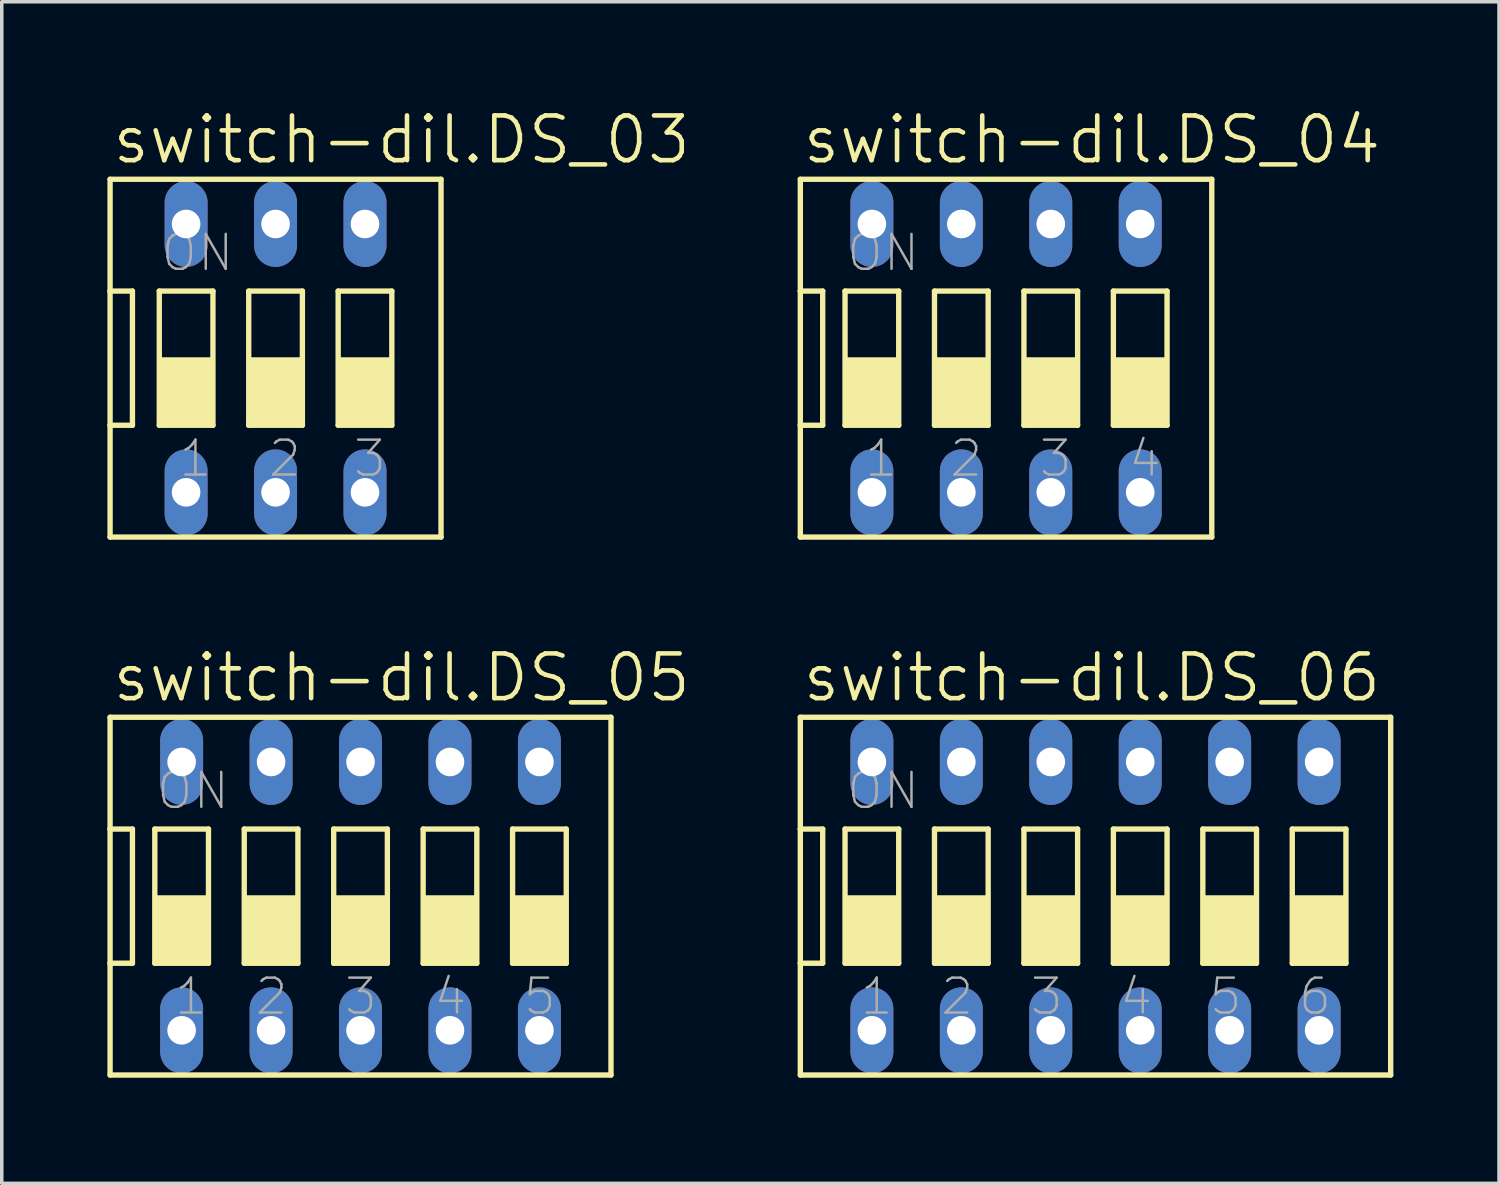
<source format=kicad_pcb>
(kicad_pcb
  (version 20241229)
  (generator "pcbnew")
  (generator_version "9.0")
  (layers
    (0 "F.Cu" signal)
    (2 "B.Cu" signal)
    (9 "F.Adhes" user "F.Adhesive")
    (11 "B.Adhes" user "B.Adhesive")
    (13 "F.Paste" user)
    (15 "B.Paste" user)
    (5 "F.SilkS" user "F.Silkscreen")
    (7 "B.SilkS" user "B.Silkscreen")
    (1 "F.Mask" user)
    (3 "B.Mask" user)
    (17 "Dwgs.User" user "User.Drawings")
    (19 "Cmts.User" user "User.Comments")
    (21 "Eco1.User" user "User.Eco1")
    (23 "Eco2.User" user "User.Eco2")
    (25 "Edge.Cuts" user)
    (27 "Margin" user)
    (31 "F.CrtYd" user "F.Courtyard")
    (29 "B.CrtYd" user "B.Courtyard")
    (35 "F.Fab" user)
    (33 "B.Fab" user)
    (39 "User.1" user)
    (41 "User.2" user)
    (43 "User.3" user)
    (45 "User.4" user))
  (footprint "switch-dil.DS_04"
    (layer "F.Cu")
    (at 25.519 7.121)
    (property "Reference" "switch-dil.DS_04" (at -5.842 -5.461 0) (layer "F.SilkS") (effects (font (size 1.27 1.27) (thickness 0.13)) (justify left bottom)))
    (attr through_hole)
    (fp_line (start -5.842 -5.08) (end -5.842 -1.905) (stroke (width 0.152) (type default)) (layer "F.SilkS"))
    (fp_line (start -5.842 -1.905) (end -5.842 1.905) (stroke (width 0.152) (type default)) (layer "F.SilkS"))
    (fp_line (start -5.842 -1.905) (end -5.207 -1.905) (stroke (width 0.152) (type default)) (layer "F.SilkS"))
    (fp_line (start -5.842 1.905) (end -5.842 5.08) (stroke (width 0.152) (type default)) (layer "F.SilkS"))
    (fp_line (start -5.842 1.905) (end -5.207 1.905) (stroke (width 0.152) (type default)) (layer "F.SilkS"))
    (fp_line (start -5.842 5.08) (end 5.842 5.08) (stroke (width 0.152) (type default)) (layer "F.SilkS"))
    (fp_line (start -5.207 1.905) (end -5.207 -1.905) (stroke (width 0.152) (type default)) (layer "F.SilkS"))
    (fp_line (start -4.572 -1.905) (end -4.572 1.905) (stroke (width 0.152) (type default)) (layer "F.SilkS"))
    (fp_line (start -4.572 -1.905) (end -3.048 -1.905) (stroke (width 0.152) (type default)) (layer "F.SilkS"))
    (fp_line (start -3.048 1.905) (end -4.572 1.905) (stroke (width 0.152) (type default)) (layer "F.SilkS"))
    (fp_line (start -3.048 1.905) (end -3.048 -1.905) (stroke (width 0.152) (type default)) (layer "F.SilkS"))
    (fp_line (start -2.032 -1.905) (end -2.032 1.905) (stroke (width 0.152) (type default)) (layer "F.SilkS"))
    (fp_line (start -2.032 -1.905) (end -0.508 -1.905) (stroke (width 0.152) (type default)) (layer "F.SilkS"))
    (fp_line (start -0.508 1.905) (end -2.032 1.905) (stroke (width 0.152) (type default)) (layer "F.SilkS"))
    (fp_line (start -0.508 1.905) (end -0.508 -1.905) (stroke (width 0.152) (type default)) (layer "F.SilkS"))
    (fp_line (start 0.508 -1.905) (end 0.508 1.905) (stroke (width 0.152) (type default)) (layer "F.SilkS"))
    (fp_line (start 0.508 -1.905) (end 2.032 -1.905) (stroke (width 0.152) (type default)) (layer "F.SilkS"))
    (fp_line (start 2.032 1.905) (end 0.508 1.905) (stroke (width 0.152) (type default)) (layer "F.SilkS"))
    (fp_line (start 2.032 1.905) (end 2.032 -1.905) (stroke (width 0.152) (type default)) (layer "F.SilkS"))
    (fp_line (start 3.048 -1.905) (end 3.048 1.905) (stroke (width 0.152) (type default)) (layer "F.SilkS"))
    (fp_line (start 3.048 -1.905) (end 4.572 -1.905) (stroke (width 0.152) (type default)) (layer "F.SilkS"))
    (fp_line (start 4.572 1.905) (end 3.048 1.905) (stroke (width 0.152) (type default)) (layer "F.SilkS"))
    (fp_line (start 4.572 1.905) (end 4.572 -1.905) (stroke (width 0.152) (type default)) (layer "F.SilkS"))
    (fp_line (start 5.842 -5.08) (end -5.842 -5.08) (stroke (width 0.152) (type default)) (layer "F.SilkS"))
    (fp_line (start 5.842 5.08) (end 5.842 -5.08) (stroke (width 0.152) (type default)) (layer "F.SilkS"))
    (fp_rect (start -4.572 1.905) (end -3.048 0) (stroke (width 0.05) (type default)) (fill yes) (layer "F.SilkS"))
    (fp_rect (start -2.032 1.905) (end -0.508 0) (stroke (width 0.05) (type default)) (fill yes) (layer "F.SilkS"))
    (fp_rect (start 0.508 1.905) (end 2.032 0) (stroke (width 0.05) (type default)) (fill yes) (layer "F.SilkS"))
    (fp_rect (start 3.048 1.905) (end 4.572 0) (stroke (width 0.05) (type default)) (fill yes) (layer "F.SilkS"))
    (fp_text user "2" (at -1.651 3.429 0) (layer "F.Fab") (effects (font (size 0.991 0.991) (thickness 0.07)) (justify left bottom)))
    (fp_text user "4" (at 3.429 3.429 0) (layer "F.Fab") (effects (font (size 0.991 0.991) (thickness 0.07)) (justify left bottom)))
    (fp_text user "ON" (at -4.572 -2.413 0) (layer "F.Fab") (effects (font (size 0.991 0.991) (thickness 0.07)) (justify left bottom)))
    (fp_text user "1" (at -4.064 3.429 0) (layer "F.Fab") (effects (font (size 0.991 0.991) (thickness 0.07)) (justify left bottom)))
    (fp_text user "3" (at 0.889 3.429 0) (layer "F.Fab") (effects (font (size 0.991 0.991) (thickness 0.07)) (justify left bottom)))
    (pad "1" thru_hole oval (at -3.81 3.81 90) (size 2.438 1.219) (drill 0.813) (layers "*.Cu" "*.Mask"))
    (pad "2" thru_hole oval (at -1.27 3.81 90) (size 2.438 1.219) (drill 0.813) (layers "*.Cu" "*.Mask"))
    (pad "3" thru_hole oval (at 1.27 3.81 90) (size 2.438 1.219) (drill 0.813) (layers "*.Cu" "*.Mask"))
    (pad "4" thru_hole oval (at 3.81 3.81 90) (size 2.438 1.219) (drill 0.813) (layers "*.Cu" "*.Mask"))
    (pad "5" thru_hole oval (at 3.81 -3.81 90) (size 2.438 1.219) (drill 0.813) (layers "*.Cu" "*.Mask"))
    (pad "6" thru_hole oval (at 1.27 -3.81 90) (size 2.438 1.219) (drill 0.813) (layers "*.Cu" "*.Mask"))
    (pad "7" thru_hole oval (at -1.27 -3.81 90) (size 2.438 1.219) (drill 0.813) (layers "*.Cu" "*.Mask"))
    (pad "8" thru_hole oval (at -3.81 -3.81 90) (size 2.438 1.219) (drill 0.813) (layers "*.Cu" "*.Mask")))
  (footprint "switch-dil.DS_03"
    (layer "F.Cu")
    (at 4.775 7.121)
    (property "Reference" "switch-dil.DS_03" (at -4.699 -5.461 0) (layer "F.SilkS") (effects (font (size 1.27 1.27) (thickness 0.13)) (justify left bottom)))
    (attr through_hole)
    (fp_line (start -4.699 -5.08) (end -4.699 -1.905) (stroke (width 0.152) (type default)) (layer "F.SilkS"))
    (fp_line (start -4.699 -1.905) (end -4.699 1.905) (stroke (width 0.152) (type default)) (layer "F.SilkS"))
    (fp_line (start -4.699 -1.905) (end -4.064 -1.905) (stroke (width 0.152) (type default)) (layer "F.SilkS"))
    (fp_line (start -4.699 1.905) (end -4.699 5.08) (stroke (width 0.152) (type default)) (layer "F.SilkS"))
    (fp_line (start -4.699 1.905) (end -4.064 1.905) (stroke (width 0.152) (type default)) (layer "F.SilkS"))
    (fp_line (start -4.699 5.08) (end 4.699 5.08) (stroke (width 0.152) (type default)) (layer "F.SilkS"))
    (fp_line (start -4.064 1.905) (end -4.064 -1.905) (stroke (width 0.152) (type default)) (layer "F.SilkS"))
    (fp_line (start -3.302 -1.905) (end -3.302 1.905) (stroke (width 0.152) (type default)) (layer "F.SilkS"))
    (fp_line (start -3.302 -1.905) (end -1.778 -1.905) (stroke (width 0.152) (type default)) (layer "F.SilkS"))
    (fp_line (start -1.778 1.905) (end -3.302 1.905) (stroke (width 0.152) (type default)) (layer "F.SilkS"))
    (fp_line (start -1.778 1.905) (end -1.778 -1.905) (stroke (width 0.152) (type default)) (layer "F.SilkS"))
    (fp_line (start -0.762 -1.905) (end -0.762 1.905) (stroke (width 0.152) (type default)) (layer "F.SilkS"))
    (fp_line (start -0.762 -1.905) (end 0.762 -1.905) (stroke (width 0.152) (type default)) (layer "F.SilkS"))
    (fp_line (start 0.762 1.905) (end -0.762 1.905) (stroke (width 0.152) (type default)) (layer "F.SilkS"))
    (fp_line (start 0.762 1.905) (end 0.762 -1.905) (stroke (width 0.152) (type default)) (layer "F.SilkS"))
    (fp_line (start 1.778 -1.905) (end 1.778 1.905) (stroke (width 0.152) (type default)) (layer "F.SilkS"))
    (fp_line (start 1.778 -1.905) (end 3.302 -1.905) (stroke (width 0.152) (type default)) (layer "F.SilkS"))
    (fp_line (start 3.302 1.905) (end 1.778 1.905) (stroke (width 0.152) (type default)) (layer "F.SilkS"))
    (fp_line (start 3.302 1.905) (end 3.302 -1.905) (stroke (width 0.152) (type default)) (layer "F.SilkS"))
    (fp_line (start 4.699 -5.08) (end -4.699 -5.08) (stroke (width 0.152) (type default)) (layer "F.SilkS"))
    (fp_line (start 4.699 5.08) (end 4.699 -5.08) (stroke (width 0.152) (type default)) (layer "F.SilkS"))
    (fp_rect (start -3.302 1.905) (end -1.778 0) (stroke (width 0.05) (type default)) (fill yes) (layer "F.SilkS"))
    (fp_rect (start -0.762 1.905) (end 0.762 0) (stroke (width 0.05) (type default)) (fill yes) (layer "F.SilkS"))
    (fp_rect (start 1.778 1.905) (end 3.302 0) (stroke (width 0.05) (type default)) (fill yes) (layer "F.SilkS"))
    (fp_text user "3" (at 2.159 3.429 0) (layer "F.Fab") (effects (font (size 0.991 0.991) (thickness 0.07)) (justify left bottom)))
    (fp_text user "1" (at -2.794 3.429 0) (layer "F.Fab") (effects (font (size 0.991 0.991) (thickness 0.07)) (justify left bottom)))
    (fp_text user "ON" (at -3.302 -2.413 0) (layer "F.Fab") (effects (font (size 0.991 0.991) (thickness 0.07)) (justify left bottom)))
    (fp_text user "2" (at -0.254 3.429 0) (layer "F.Fab") (effects (font (size 0.991 0.991) (thickness 0.07)) (justify left bottom)))
    (pad "1" thru_hole oval (at -2.54 3.81 90) (size 2.438 1.219) (drill 0.813) (layers "*.Cu" "*.Mask"))
    (pad "2" thru_hole oval (at 0 3.81 90) (size 2.438 1.219) (drill 0.813) (layers "*.Cu" "*.Mask"))
    (pad "3" thru_hole oval (at 2.54 3.81 90) (size 2.438 1.219) (drill 0.813) (layers "*.Cu" "*.Mask"))
    (pad "4" thru_hole oval (at 2.54 -3.81 90) (size 2.438 1.219) (drill 0.813) (layers "*.Cu" "*.Mask"))
    (pad "5" thru_hole oval (at 0 -3.81 90) (size 2.438 1.219) (drill 0.813) (layers "*.Cu" "*.Mask"))
    (pad "6" thru_hole oval (at -2.54 -3.81 90) (size 2.438 1.219) (drill 0.813) (layers "*.Cu" "*.Mask")))
  (footprint "switch-dil.DS_05"
    (layer "F.Cu")
    (at 7.188 22.398)
    (property "Reference" "switch-dil.DS_05" (at -7.112 -5.461 0) (layer "F.SilkS") (effects (font (size 1.27 1.27) (thickness 0.13)) (justify left bottom)))
    (attr through_hole)
    (fp_line (start -7.112 -5.08) (end -7.112 -1.905) (stroke (width 0.152) (type default)) (layer "F.SilkS"))
    (fp_line (start -7.112 -1.905) (end -7.112 1.905) (stroke (width 0.152) (type default)) (layer "F.SilkS"))
    (fp_line (start -7.112 -1.905) (end -6.477 -1.905) (stroke (width 0.152) (type default)) (layer "F.SilkS"))
    (fp_line (start -7.112 1.905) (end -7.112 5.08) (stroke (width 0.152) (type default)) (layer "F.SilkS"))
    (fp_line (start -7.112 1.905) (end -6.477 1.905) (stroke (width 0.152) (type default)) (layer "F.SilkS"))
    (fp_line (start -7.112 5.08) (end 7.112 5.08) (stroke (width 0.152) (type default)) (layer "F.SilkS"))
    (fp_line (start -6.477 1.905) (end -6.477 -1.905) (stroke (width 0.152) (type default)) (layer "F.SilkS"))
    (fp_line (start -5.842 -1.905) (end -5.842 1.905) (stroke (width 0.152) (type default)) (layer "F.SilkS"))
    (fp_line (start -5.842 -1.905) (end -4.318 -1.905) (stroke (width 0.152) (type default)) (layer "F.SilkS"))
    (fp_line (start -4.318 1.905) (end -5.842 1.905) (stroke (width 0.152) (type default)) (layer "F.SilkS"))
    (fp_line (start -4.318 1.905) (end -4.318 -1.905) (stroke (width 0.152) (type default)) (layer "F.SilkS"))
    (fp_line (start -3.302 -1.905) (end -3.302 1.905) (stroke (width 0.152) (type default)) (layer "F.SilkS"))
    (fp_line (start -3.302 -1.905) (end -1.778 -1.905) (stroke (width 0.152) (type default)) (layer "F.SilkS"))
    (fp_line (start -1.778 1.905) (end -3.302 1.905) (stroke (width 0.152) (type default)) (layer "F.SilkS"))
    (fp_line (start -1.778 1.905) (end -1.778 -1.905) (stroke (width 0.152) (type default)) (layer "F.SilkS"))
    (fp_line (start -0.762 -1.905) (end -0.762 1.905) (stroke (width 0.152) (type default)) (layer "F.SilkS"))
    (fp_line (start -0.762 -1.905) (end 0.762 -1.905) (stroke (width 0.152) (type default)) (layer "F.SilkS"))
    (fp_line (start 0.762 1.905) (end -0.762 1.905) (stroke (width 0.152) (type default)) (layer "F.SilkS"))
    (fp_line (start 0.762 1.905) (end 0.762 -1.905) (stroke (width 0.152) (type default)) (layer "F.SilkS"))
    (fp_line (start 1.778 -1.905) (end 1.778 1.905) (stroke (width 0.152) (type default)) (layer "F.SilkS"))
    (fp_line (start 1.778 -1.905) (end 3.302 -1.905) (stroke (width 0.152) (type default)) (layer "F.SilkS"))
    (fp_line (start 3.302 1.905) (end 1.778 1.905) (stroke (width 0.152) (type default)) (layer "F.SilkS"))
    (fp_line (start 3.302 1.905) (end 3.302 -1.905) (stroke (width 0.152) (type default)) (layer "F.SilkS"))
    (fp_line (start 4.318 -1.905) (end 4.318 1.905) (stroke (width 0.152) (type default)) (layer "F.SilkS"))
    (fp_line (start 4.318 -1.905) (end 5.842 -1.905) (stroke (width 0.152) (type default)) (layer "F.SilkS"))
    (fp_line (start 5.842 1.905) (end 4.318 1.905) (stroke (width 0.152) (type default)) (layer "F.SilkS"))
    (fp_line (start 5.842 1.905) (end 5.842 -1.905) (stroke (width 0.152) (type default)) (layer "F.SilkS"))
    (fp_line (start 7.112 -5.08) (end -7.112 -5.08) (stroke (width 0.152) (type default)) (layer "F.SilkS"))
    (fp_line (start 7.112 5.08) (end 7.112 -5.08) (stroke (width 0.152) (type default)) (layer "F.SilkS"))
    (fp_rect (start -5.842 1.905) (end -4.318 0) (stroke (width 0.05) (type default)) (fill yes) (layer "F.SilkS"))
    (fp_rect (start -3.302 1.905) (end -1.778 0) (stroke (width 0.05) (type default)) (fill yes) (layer "F.SilkS"))
    (fp_rect (start -0.762 1.905) (end 0.762 0) (stroke (width 0.05) (type default)) (fill yes) (layer "F.SilkS"))
    (fp_rect (start 1.778 1.905) (end 3.302 0) (stroke (width 0.05) (type default)) (fill yes) (layer "F.SilkS"))
    (fp_rect (start 4.318 1.905) (end 5.842 0) (stroke (width 0.05) (type default)) (fill yes) (layer "F.SilkS"))
    (fp_text user "2" (at -3.048 3.429 0) (layer "F.Fab") (effects (font (size 0.991 0.991) (thickness 0.07)) (justify left bottom)))
    (fp_text user "4" (at 2.032 3.429 0) (layer "F.Fab") (effects (font (size 0.991 0.991) (thickness 0.07)) (justify left bottom)))
    (fp_text user "3" (at -0.508 3.429 0) (layer "F.Fab") (effects (font (size 0.991 0.991) (thickness 0.07)) (justify left bottom)))
    (fp_text user "1" (at -5.334 3.429 0) (layer "F.Fab") (effects (font (size 0.991 0.991) (thickness 0.07)) (justify left bottom)))
    (fp_text user "5" (at 4.572 3.429 0) (layer "F.Fab") (effects (font (size 0.991 0.991) (thickness 0.07)) (justify left bottom)))
    (fp_text user "ON" (at -5.842 -2.413 0) (layer "F.Fab") (effects (font (size 0.991 0.991) (thickness 0.07)) (justify left bottom)))
    (pad "1" thru_hole oval (at -5.08 3.81 90) (size 2.438 1.219) (drill 0.813) (layers "*.Cu" "*.Mask"))
    (pad "2" thru_hole oval (at -2.54 3.81 90) (size 2.438 1.219) (drill 0.813) (layers "*.Cu" "*.Mask"))
    (pad "3" thru_hole oval (at 0 3.81 90) (size 2.438 1.219) (drill 0.813) (layers "*.Cu" "*.Mask"))
    (pad "4" thru_hole oval (at 2.54 3.81 90) (size 2.438 1.219) (drill 0.813) (layers "*.Cu" "*.Mask"))
    (pad "5" thru_hole oval (at 5.08 3.81 90) (size 2.438 1.219) (drill 0.813) (layers "*.Cu" "*.Mask"))
    (pad "6" thru_hole oval (at 5.08 -3.81 90) (size 2.438 1.219) (drill 0.813) (layers "*.Cu" "*.Mask"))
    (pad "7" thru_hole oval (at 2.54 -3.81 90) (size 2.438 1.219) (drill 0.813) (layers "*.Cu" "*.Mask"))
    (pad "8" thru_hole oval (at 0 -3.81 90) (size 2.438 1.219) (drill 0.813) (layers "*.Cu" "*.Mask"))
    (pad "9" thru_hole oval (at -2.54 -3.81 90) (size 2.438 1.219) (drill 0.813) (layers "*.Cu" "*.Mask"))
    (pad "10" thru_hole oval (at -5.08 -3.81 90) (size 2.438 1.219) (drill 0.813) (layers "*.Cu" "*.Mask")))
  (footprint "switch-dil.DS_06"
    (layer "F.Cu")
    (at 28.059 22.398)
    (property "Reference" "switch-dil.DS_06" (at -8.382 -5.461 0) (layer "F.SilkS") (effects (font (size 1.27 1.27) (thickness 0.13)) (justify left bottom)))
    (attr through_hole)
    (fp_line (start -8.382 -5.08) (end -8.382 -1.905) (stroke (width 0.152) (type default)) (layer "F.SilkS"))
    (fp_line (start -8.382 -1.905) (end -8.382 1.905) (stroke (width 0.152) (type default)) (layer "F.SilkS"))
    (fp_line (start -8.382 -1.905) (end -7.747 -1.905) (stroke (width 0.152) (type default)) (layer "F.SilkS"))
    (fp_line (start -8.382 1.905) (end -8.382 5.08) (stroke (width 0.152) (type default)) (layer "F.SilkS"))
    (fp_line (start -8.382 1.905) (end -7.747 1.905) (stroke (width 0.152) (type default)) (layer "F.SilkS"))
    (fp_line (start -8.382 5.08) (end 8.382 5.08) (stroke (width 0.152) (type default)) (layer "F.SilkS"))
    (fp_line (start -7.747 1.905) (end -7.747 -1.905) (stroke (width 0.152) (type default)) (layer "F.SilkS"))
    (fp_line (start -7.112 -1.905) (end -7.112 1.905) (stroke (width 0.152) (type default)) (layer "F.SilkS"))
    (fp_line (start -7.112 -1.905) (end -5.588 -1.905) (stroke (width 0.152) (type default)) (layer "F.SilkS"))
    (fp_line (start -5.588 1.905) (end -7.112 1.905) (stroke (width 0.152) (type default)) (layer "F.SilkS"))
    (fp_line (start -5.588 1.905) (end -5.588 -1.905) (stroke (width 0.152) (type default)) (layer "F.SilkS"))
    (fp_line (start -4.572 -1.905) (end -4.572 1.905) (stroke (width 0.152) (type default)) (layer "F.SilkS"))
    (fp_line (start -4.572 -1.905) (end -3.048 -1.905) (stroke (width 0.152) (type default)) (layer "F.SilkS"))
    (fp_line (start -3.048 1.905) (end -4.572 1.905) (stroke (width 0.152) (type default)) (layer "F.SilkS"))
    (fp_line (start -3.048 1.905) (end -3.048 -1.905) (stroke (width 0.152) (type default)) (layer "F.SilkS"))
    (fp_line (start -2.032 -1.905) (end -2.032 1.905) (stroke (width 0.152) (type default)) (layer "F.SilkS"))
    (fp_line (start -2.032 -1.905) (end -0.508 -1.905) (stroke (width 0.152) (type default)) (layer "F.SilkS"))
    (fp_line (start -0.508 1.905) (end -2.032 1.905) (stroke (width 0.152) (type default)) (layer "F.SilkS"))
    (fp_line (start -0.508 1.905) (end -0.508 -1.905) (stroke (width 0.152) (type default)) (layer "F.SilkS"))
    (fp_line (start 0.508 -1.905) (end 0.508 1.905) (stroke (width 0.152) (type default)) (layer "F.SilkS"))
    (fp_line (start 0.508 -1.905) (end 2.032 -1.905) (stroke (width 0.152) (type default)) (layer "F.SilkS"))
    (fp_line (start 2.032 1.905) (end 0.508 1.905) (stroke (width 0.152) (type default)) (layer "F.SilkS"))
    (fp_line (start 2.032 1.905) (end 2.032 -1.905) (stroke (width 0.152) (type default)) (layer "F.SilkS"))
    (fp_line (start 3.048 -1.905) (end 3.048 1.905) (stroke (width 0.152) (type default)) (layer "F.SilkS"))
    (fp_line (start 3.048 -1.905) (end 4.572 -1.905) (stroke (width 0.152) (type default)) (layer "F.SilkS"))
    (fp_line (start 4.572 1.905) (end 3.048 1.905) (stroke (width 0.152) (type default)) (layer "F.SilkS"))
    (fp_line (start 4.572 1.905) (end 4.572 -1.905) (stroke (width 0.152) (type default)) (layer "F.SilkS"))
    (fp_line (start 5.588 -1.905) (end 5.588 1.905) (stroke (width 0.152) (type default)) (layer "F.SilkS"))
    (fp_line (start 5.588 -1.905) (end 7.112 -1.905) (stroke (width 0.152) (type default)) (layer "F.SilkS"))
    (fp_line (start 7.112 1.905) (end 5.588 1.905) (stroke (width 0.152) (type default)) (layer "F.SilkS"))
    (fp_line (start 7.112 1.905) (end 7.112 -1.905) (stroke (width 0.152) (type default)) (layer "F.SilkS"))
    (fp_line (start 8.382 -5.08) (end -8.382 -5.08) (stroke (width 0.152) (type default)) (layer "F.SilkS"))
    (fp_line (start 8.382 5.08) (end 8.382 -5.08) (stroke (width 0.152) (type default)) (layer "F.SilkS"))
    (fp_rect (start -7.112 1.905) (end -5.588 0) (stroke (width 0.05) (type default)) (fill yes) (layer "F.SilkS"))
    (fp_rect (start -4.572 1.905) (end -3.048 0) (stroke (width 0.05) (type default)) (fill yes) (layer "F.SilkS"))
    (fp_rect (start -2.032 1.905) (end -0.508 0) (stroke (width 0.05) (type default)) (fill yes) (layer "F.SilkS"))
    (fp_rect (start 0.508 1.905) (end 2.032 0) (stroke (width 0.05) (type default)) (fill yes) (layer "F.SilkS"))
    (fp_rect (start 3.048 1.905) (end 4.572 0) (stroke (width 0.05) (type default)) (fill yes) (layer "F.SilkS"))
    (fp_rect (start 5.588 1.905) (end 7.112 0) (stroke (width 0.05) (type default)) (fill yes) (layer "F.SilkS"))
    (fp_text user "2" (at -4.445 3.429 0) (layer "F.Fab") (effects (font (size 0.991 0.991) (thickness 0.07)) (justify left bottom)))
    (fp_text user "4" (at 0.635 3.429 0) (layer "F.Fab") (effects (font (size 0.991 0.991) (thickness 0.07)) (justify left bottom)))
    (fp_text user "1" (at -6.731 3.429 0) (layer "F.Fab") (effects (font (size 0.991 0.991) (thickness 0.07)) (justify left bottom)))
    (fp_text user "5" (at 3.175 3.429 0) (layer "F.Fab") (effects (font (size 0.991 0.991) (thickness 0.07)) (justify left bottom)))
    (fp_text user "6" (at 5.715 3.429 0) (layer "F.Fab") (effects (font (size 0.991 0.991) (thickness 0.07)) (justify left bottom)))
    (fp_text user "ON" (at -7.112 -2.413 0) (layer "F.Fab") (effects (font (size 0.991 0.991) (thickness 0.07)) (justify left bottom)))
    (fp_text user "3" (at -1.905 3.429 0) (layer "F.Fab") (effects (font (size 0.991 0.991) (thickness 0.07)) (justify left bottom)))
    (pad "1" thru_hole oval (at -6.35 3.81 90) (size 2.438 1.219) (drill 0.813) (layers "*.Cu" "*.Mask"))
    (pad "2" thru_hole oval (at -3.81 3.81 90) (size 2.438 1.219) (drill 0.813) (layers "*.Cu" "*.Mask"))
    (pad "3" thru_hole oval (at -1.27 3.81 90) (size 2.438 1.219) (drill 0.813) (layers "*.Cu" "*.Mask"))
    (pad "4" thru_hole oval (at 1.27 3.81 90) (size 2.438 1.219) (drill 0.813) (layers "*.Cu" "*.Mask"))
    (pad "5" thru_hole oval (at 3.81 3.81 90) (size 2.438 1.219) (drill 0.813) (layers "*.Cu" "*.Mask"))
    (pad "6" thru_hole oval (at 6.35 3.81 90) (size 2.438 1.219) (drill 0.813) (layers "*.Cu" "*.Mask"))
    (pad "7" thru_hole oval (at 6.35 -3.81 90) (size 2.438 1.219) (drill 0.813) (layers "*.Cu" "*.Mask"))
    (pad "8" thru_hole oval (at 3.81 -3.81 90) (size 2.438 1.219) (drill 0.813) (layers "*.Cu" "*.Mask"))
    (pad "9" thru_hole oval (at 1.27 -3.81 90) (size 2.438 1.219) (drill 0.813) (layers "*.Cu" "*.Mask"))
    (pad "10" thru_hole oval (at -1.27 -3.81 90) (size 2.438 1.219) (drill 0.813) (layers "*.Cu" "*.Mask"))
    (pad "11" thru_hole oval (at -3.81 -3.81 90) (size 2.438 1.219) (drill 0.813) (layers "*.Cu" "*.Mask"))
    (pad "12" thru_hole oval (at -6.35 -3.81 90) (size 2.438 1.219) (drill 0.813) (layers "*.Cu" "*.Mask")))
  (gr_rect
    (start -3 -3)
    (end 39.518 30.554)
    (stroke (width 0.1) (type default))
    (fill no)
    (layer "Edge.Cuts")))
</source>
